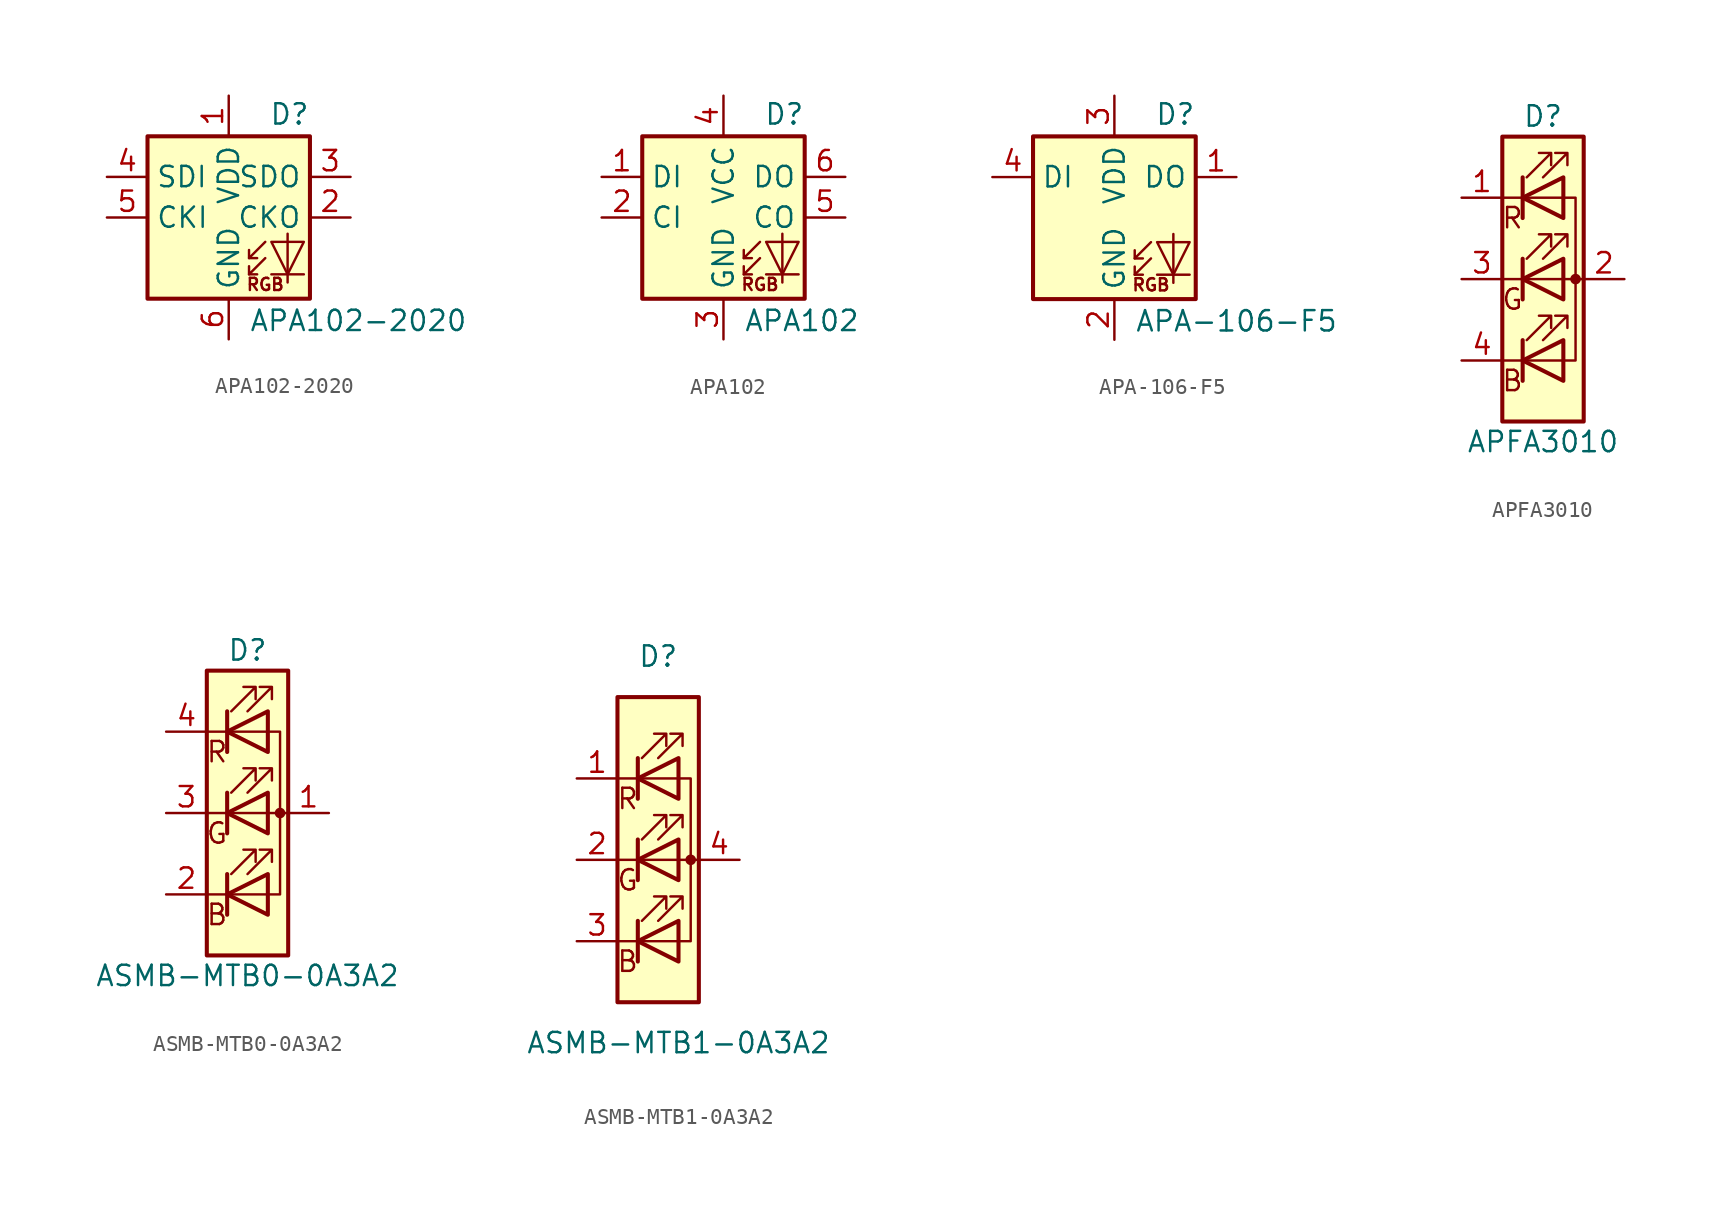
<source format=kicad_sym>
(kicad_symbol_lib
  (version 20241209)
  (generator "kicad_symbol_editor")
  (generator_version "9.0")
  (symbol "APA102-2020"
    (property "Reference" "D"
      (at 5.08 5.715 0)
      (effects (font (size 1.27 1.27)) (justify right bottom)))
    (property "Value" "APA102-2020"
      (at 1.27 -5.715 0)
      (effects (font (size 1.27 1.27)) (justify left top)))
    (symbol "APA102-2020_0_0"
      (text "RGB" (at 2.286 -4.191 0) (effects (font (size 0.762 0.762)))))
    (symbol "APA102-2020_0_1"
      (polyline (pts (xy 1.27 -2.54) (xy 1.778 -2.54)) (stroke (width 0) (type default)) (fill (type none)))
      (polyline (pts (xy 1.27 -3.556) (xy 1.778 -3.556)) (stroke (width 0) (type default)) (fill (type none)))
      (polyline (pts (xy 2.286 -1.524) (xy 1.27 -2.54) (xy 1.27 -2.032)) (stroke (width 0) (type default)) (fill (type none)))
      (polyline (pts (xy 2.286 -2.54) (xy 1.27 -3.556) (xy 1.27 -3.048)) (stroke (width 0) (type default)) (fill (type none)))
      (polyline (pts (xy 3.683 -1.016) (xy 3.683 -3.556) (xy 3.683 -4.064)) (stroke (width 0) (type default)) (fill (type none)))
      (polyline (pts (xy 4.699 -1.524) (xy 2.667 -1.524) (xy 3.683 -3.556) (xy 4.699 -1.524)) (stroke (width 0) (type default)) (fill (type none)))
      (polyline (pts (xy 4.699 -3.556) (xy 2.667 -3.556)) (stroke (width 0) (type default)) (fill (type none)))
      (rectangle (start 5.08 5.08) (end -5.08 -5.08) (stroke (width 0.254) (type default)) (fill (type background))))
    (symbol "APA102-2020_1_1"
      (pin input line (at -7.62 2.54 0) (length 2.54) (name "SDI" (effects (font (size 1.27 1.27)))) (number "4" (effects (font (size 1.27 1.27)))))
      (pin input line (at -7.62 0 0) (length 2.54) (name "CKI" (effects (font (size 1.27 1.27)))) (number "5" (effects (font (size 1.27 1.27)))))
      (pin power_in line (at 0 7.62 270) (length 2.54) (name "VDD" (effects (font (size 1.27 1.27)))) (number "1" (effects (font (size 1.27 1.27)))))
      (pin power_in line (at 0 -7.62 90) (length 2.54) (name "GND" (effects (font (size 1.27 1.27)))) (number "6" (effects (font (size 1.27 1.27)))))
      (pin output line (at 7.62 2.54 180) (length 2.54) (name "SDO" (effects (font (size 1.27 1.27)))) (number "3" (effects (font (size 1.27 1.27)))))
      (pin output line (at 7.62 0 180) (length 2.54) (name "CKO" (effects (font (size 1.27 1.27)))) (number "2" (effects (font (size 1.27 1.27)))))))
  (symbol "APA102"
    (property "Reference" "D"
      (at 5.08 5.715 0)
      (effects (font (size 1.27 1.27)) (justify right bottom)))
    (property "Value" "APA102"
      (at 1.27 -5.715 0)
      (effects (font (size 1.27 1.27)) (justify left top)))
    (symbol "APA102_0_0"
      (text "RGB" (at 2.286 -4.191 0) (effects (font (size 0.762 0.762)))))
    (symbol "APA102_0_1"
      (polyline (pts (xy 1.27 -2.54) (xy 1.778 -2.54)) (stroke (width 0) (type default)) (fill (type none)))
      (polyline (pts (xy 1.27 -3.556) (xy 1.778 -3.556)) (stroke (width 0) (type default)) (fill (type none)))
      (polyline (pts (xy 2.286 -1.524) (xy 1.27 -2.54) (xy 1.27 -2.032)) (stroke (width 0) (type default)) (fill (type none)))
      (polyline (pts (xy 2.286 -2.54) (xy 1.27 -3.556) (xy 1.27 -3.048)) (stroke (width 0) (type default)) (fill (type none)))
      (polyline (pts (xy 3.683 -1.016) (xy 3.683 -3.556) (xy 3.683 -4.064)) (stroke (width 0) (type default)) (fill (type none)))
      (polyline (pts (xy 4.699 -1.524) (xy 2.667 -1.524) (xy 3.683 -3.556) (xy 4.699 -1.524)) (stroke (width 0) (type default)) (fill (type none)))
      (polyline (pts (xy 4.699 -3.556) (xy 2.667 -3.556)) (stroke (width 0) (type default)) (fill (type none)))
      (rectangle (start 5.08 5.08) (end -5.08 -5.08) (stroke (width 0.254) (type default)) (fill (type background))))
    (symbol "APA102_1_1"
      (pin input line (at -7.62 2.54 0) (length 2.54) (name "DI" (effects (font (size 1.27 1.27)))) (number "1" (effects (font (size 1.27 1.27)))))
      (pin input line (at -7.62 0 0) (length 2.54) (name "CI" (effects (font (size 1.27 1.27)))) (number "2" (effects (font (size 1.27 1.27)))))
      (pin power_in line (at 0 7.62 270) (length 2.54) (name "VCC" (effects (font (size 1.27 1.27)))) (number "4" (effects (font (size 1.27 1.27)))))
      (pin power_in line (at 0 -7.62 90) (length 2.54) (name "GND" (effects (font (size 1.27 1.27)))) (number "3" (effects (font (size 1.27 1.27)))))
      (pin output line (at 7.62 2.54 180) (length 2.54) (name "DO" (effects (font (size 1.27 1.27)))) (number "6" (effects (font (size 1.27 1.27)))))
      (pin output line (at 7.62 0 180) (length 2.54) (name "CO" (effects (font (size 1.27 1.27)))) (number "5" (effects (font (size 1.27 1.27)))))))
  (symbol "APA-106-F5"
    (property "Reference" "D"
      (at 5.08 5.715 0)
      (effects (font (size 1.27 1.27)) (justify right bottom)))
    (property "Value" "APA-106-F5"
      (at 1.27 -5.715 0)
      (effects (font (size 1.27 1.27)) (justify left top)))
    (symbol "APA-106-F5_0_0"
      (text "RGB" (at 2.286 -4.191 0) (effects (font (size 0.762 0.762)))))
    (symbol "APA-106-F5_0_1"
      (polyline (pts (xy 1.27 -2.54) (xy 1.778 -2.54)) (stroke (width 0) (type default)) (fill (type none)))
      (polyline (pts (xy 1.27 -3.556) (xy 1.778 -3.556)) (stroke (width 0) (type default)) (fill (type none)))
      (polyline (pts (xy 2.286 -1.524) (xy 1.27 -2.54) (xy 1.27 -2.032)) (stroke (width 0) (type default)) (fill (type none)))
      (polyline (pts (xy 2.286 -2.54) (xy 1.27 -3.556) (xy 1.27 -3.048)) (stroke (width 0) (type default)) (fill (type none)))
      (polyline (pts (xy 3.683 -1.016) (xy 3.683 -3.556) (xy 3.683 -4.064)) (stroke (width 0) (type default)) (fill (type none)))
      (polyline (pts (xy 4.699 -1.524) (xy 2.667 -1.524) (xy 3.683 -3.556) (xy 4.699 -1.524)) (stroke (width 0) (type default)) (fill (type none)))
      (polyline (pts (xy 4.699 -3.556) (xy 2.667 -3.556)) (stroke (width 0) (type default)) (fill (type none)))
      (rectangle (start 5.08 5.08) (end -5.08 -5.08) (stroke (width 0.254) (type default)) (fill (type background))))
    (symbol "APA-106-F5_1_1"
      (pin input line (at -7.62 2.54 0) (length 2.54) (name "DI" (effects (font (size 1.27 1.27)))) (number "4" (effects (font (size 1.27 1.27)))))
      (pin power_in line (at 0 7.62 270) (length 2.54) (name "VDD" (effects (font (size 1.27 1.27)))) (number "3" (effects (font (size 1.27 1.27)))))
      (pin power_in line (at 0 -7.62 90) (length 2.54) (name "GND" (effects (font (size 1.27 1.27)))) (number "2" (effects (font (size 1.27 1.27)))))
      (pin output line (at 7.62 2.54 180) (length 2.54) (name "DO" (effects (font (size 1.27 1.27)))) (number "1" (effects (font (size 1.27 1.27)))))))
  (symbol "APFA3010"
    (pin_names
      (offset 0)
      (hide yes))
    (property "Reference" "D"
      (at 0 10.16 0)
      (effects (font (size 1.27 1.27))))
    (property "Value" "APFA3010"
      (at 0 -10.16 0)
      (effects (font (size 1.27 1.27))))
    (symbol "APFA3010_0_0"
      (text "R" (at -1.905 3.81 0) (effects (font (size 1.27 1.27))))
      (text "G" (at -1.905 -1.27 0) (effects (font (size 1.27 1.27))))
      (text "B" (at -1.905 -6.35 0) (effects (font (size 1.27 1.27)))))
    (symbol "APFA3010_0_1"
      (polyline (pts (xy -2.54 -5.08) (xy 1.27 -5.08)) (stroke (width 0) (type default)) (fill (type none)))
      (rectangle (start -2.54 -8.89) (end 2.54 8.89) (stroke (width 0.254) (type default)) (fill (type background)))
      (polyline (pts (xy -1.27 6.35) (xy -1.27 3.81)) (stroke (width 0.254) (type default)) (fill (type none)))
      (polyline (pts (xy -1.27 1.27) (xy -1.27 -1.27)) (stroke (width 0.254) (type default)) (fill (type none)))
      (polyline (pts (xy -1.27 -3.81) (xy -1.27 -6.35)) (stroke (width 0.254) (type default)) (fill (type none)))
      (polyline (pts (xy -1.016 6.35) (xy 0.508 7.874) (xy -0.254 7.874) (xy 0.508 7.874) (xy 0.508 7.112)) (stroke (width 0) (type default)) (fill (type none)))
      (polyline (pts (xy -1.016 1.27) (xy 0.508 2.794) (xy -0.254 2.794) (xy 0.508 2.794) (xy 0.508 2.032)) (stroke (width 0) (type default)) (fill (type none)))
      (polyline (pts (xy -1.016 -3.81) (xy 0.508 -2.286) (xy -0.254 -2.286) (xy 0.508 -2.286) (xy 0.508 -3.048)) (stroke (width 0) (type default)) (fill (type none)))
      (polyline (pts (xy 0 6.35) (xy 1.524 7.874) (xy 0.762 7.874) (xy 1.524 7.874) (xy 1.524 7.112)) (stroke (width 0) (type default)) (fill (type none)))
      (polyline (pts (xy 0 1.27) (xy 1.524 2.794) (xy 0.762 2.794) (xy 1.524 2.794) (xy 1.524 2.032)) (stroke (width 0) (type default)) (fill (type none)))
      (polyline (pts (xy 0 -3.81) (xy 1.524 -2.286) (xy 0.762 -2.286) (xy 1.524 -2.286) (xy 1.524 -3.048)) (stroke (width 0) (type default)) (fill (type none)))
      (polyline (pts (xy 1.27 6.35) (xy 1.27 3.81) (xy -1.27 5.08) (xy 1.27 6.35)) (stroke (width 0.254) (type default)) (fill (type none)))
      (rectangle (start 1.27 6.35) (end 1.27 6.35) (stroke (width 0) (type default)) (fill (type none)))
      (polyline (pts (xy 1.27 5.08) (xy -2.54 5.08)) (stroke (width 0) (type default)) (fill (type none)))
      (polyline (pts (xy 1.27 1.27) (xy 1.27 -1.27) (xy -1.27 0) (xy 1.27 1.27)) (stroke (width 0.254) (type default)) (fill (type none)))
      (polyline (pts (xy 1.27 -3.81) (xy 1.27 -6.35) (xy -1.27 -5.08) (xy 1.27 -3.81)) (stroke (width 0.254) (type default)) (fill (type none)))
      (polyline (pts (xy 1.27 -5.08) (xy 2.032 -5.08) (xy 2.032 5.08) (xy 1.27 5.08)) (stroke (width 0) (type default)) (fill (type none)))
      (circle (center 2.032 0) (radius 0.254) (stroke (width 0) (type default)) (fill (type outline)))
      (polyline (pts (xy 2.54 0) (xy -2.54 0)) (stroke (width 0) (type default)) (fill (type none))))
    (symbol "APFA3010_1_1"
      (pin input line (at -5.08 5.08 0) (length 2.54) (name "R" (effects (font (size 1.27 1.27)))) (number "1" (effects (font (size 1.27 1.27)))))
      (pin input line (at -5.08 0 0) (length 2.54) (name "G" (effects (font (size 1.27 1.27)))) (number "3" (effects (font (size 1.27 1.27)))))
      (pin input line (at -5.08 -5.08 0) (length 2.54) (name "B" (effects (font (size 1.27 1.27)))) (number "4" (effects (font (size 1.27 1.27)))))
      (pin power_in line (at 5.08 0 180) (length 2.54) (name "A" (effects (font (size 1.27 1.27)))) (number "2" (effects (font (size 1.27 1.27)))))))
  (symbol "ASMB-MTB0-0A3A2"
    (pin_names
      (offset 0)
      (hide yes))
    (property "Reference" "D"
      (at 0 10.16 0)
      (effects (font (size 1.27 1.27))))
    (property "Value" "ASMB-MTB0-0A3A2"
      (at 0 -10.16 0)
      (effects (font (size 1.27 1.27))))
    (symbol "ASMB-MTB0-0A3A2_0_0"
      (text "R" (at -1.905 3.81 0) (effects (font (size 1.27 1.27))))
      (text "G" (at -1.905 -1.27 0) (effects (font (size 1.27 1.27))))
      (text "B" (at -1.905 -6.35 0) (effects (font (size 1.27 1.27)))))
    (symbol "ASMB-MTB0-0A3A2_0_1"
      (polyline (pts (xy -2.54 -5.08) (xy 1.27 -5.08)) (stroke (width 0) (type default)) (fill (type none)))
      (rectangle (start -2.54 -8.89) (end 2.54 8.89) (stroke (width 0.254) (type default)) (fill (type background)))
      (polyline (pts (xy -1.27 6.35) (xy -1.27 3.81)) (stroke (width 0.254) (type default)) (fill (type none)))
      (polyline (pts (xy -1.27 1.27) (xy -1.27 -1.27)) (stroke (width 0.254) (type default)) (fill (type none)))
      (polyline (pts (xy -1.27 -3.81) (xy -1.27 -6.35)) (stroke (width 0.254) (type default)) (fill (type none)))
      (polyline (pts (xy -1.016 6.35) (xy 0.508 7.874) (xy -0.254 7.874) (xy 0.508 7.874) (xy 0.508 7.112)) (stroke (width 0) (type default)) (fill (type none)))
      (polyline (pts (xy -1.016 1.27) (xy 0.508 2.794) (xy -0.254 2.794) (xy 0.508 2.794) (xy 0.508 2.032)) (stroke (width 0) (type default)) (fill (type none)))
      (polyline (pts (xy -1.016 -3.81) (xy 0.508 -2.286) (xy -0.254 -2.286) (xy 0.508 -2.286) (xy 0.508 -3.048)) (stroke (width 0) (type default)) (fill (type none)))
      (polyline (pts (xy 0 6.35) (xy 1.524 7.874) (xy 0.762 7.874) (xy 1.524 7.874) (xy 1.524 7.112)) (stroke (width 0) (type default)) (fill (type none)))
      (polyline (pts (xy 0 1.27) (xy 1.524 2.794) (xy 0.762 2.794) (xy 1.524 2.794) (xy 1.524 2.032)) (stroke (width 0) (type default)) (fill (type none)))
      (polyline (pts (xy 0 -3.81) (xy 1.524 -2.286) (xy 0.762 -2.286) (xy 1.524 -2.286) (xy 1.524 -3.048)) (stroke (width 0) (type default)) (fill (type none)))
      (polyline (pts (xy 1.27 6.35) (xy 1.27 3.81) (xy -1.27 5.08) (xy 1.27 6.35)) (stroke (width 0.254) (type default)) (fill (type none)))
      (rectangle (start 1.27 6.35) (end 1.27 6.35) (stroke (width 0) (type default)) (fill (type none)))
      (polyline (pts (xy 1.27 5.08) (xy -2.54 5.08)) (stroke (width 0) (type default)) (fill (type none)))
      (polyline (pts (xy 1.27 1.27) (xy 1.27 -1.27) (xy -1.27 0) (xy 1.27 1.27)) (stroke (width 0.254) (type default)) (fill (type none)))
      (polyline (pts (xy 1.27 -3.81) (xy 1.27 -6.35) (xy -1.27 -5.08) (xy 1.27 -3.81)) (stroke (width 0.254) (type default)) (fill (type none)))
      (polyline (pts (xy 1.27 -5.08) (xy 2.032 -5.08) (xy 2.032 5.08) (xy 1.27 5.08)) (stroke (width 0) (type default)) (fill (type none)))
      (circle (center 2.032 0) (radius 0.254) (stroke (width 0) (type default)) (fill (type outline)))
      (polyline (pts (xy 2.54 0) (xy -2.54 0)) (stroke (width 0) (type default)) (fill (type none))))
    (symbol "ASMB-MTB0-0A3A2_1_1"
      (pin passive line (at -5.08 5.08 0) (length 2.54) (name "RK" (effects (font (size 1.27 1.27)))) (number "4" (effects (font (size 1.27 1.27)))))
      (pin passive line (at -5.08 0 0) (length 2.54) (name "GK" (effects (font (size 1.27 1.27)))) (number "3" (effects (font (size 1.27 1.27)))))
      (pin passive line (at -5.08 -5.08 0) (length 2.54) (name "BK" (effects (font (size 1.27 1.27)))) (number "2" (effects (font (size 1.27 1.27)))))
      (pin passive line (at 5.08 0 180) (length 2.54) (name "A" (effects (font (size 1.27 1.27)))) (number "1" (effects (font (size 1.27 1.27)))))))
  (symbol "ASMB-MTB1-0A3A2"
    (pin_names
      (offset 0)
      (hide yes))
    (property "Reference" "D"
      (at 0 12.7 0)
      (effects (font (size 1.27 1.27))))
    (property "Value" "ASMB-MTB1-0A3A2"
      (at 1.27 -11.43 0)
      (effects (font (size 1.27 1.27))))
    (symbol "ASMB-MTB1-0A3A2_0_0"
      (text "R" (at -1.905 3.81 0) (effects (font (size 1.27 1.27))))
      (text "G" (at -1.905 -1.27 0) (effects (font (size 1.27 1.27))))
      (text "B" (at -1.905 -6.35 0) (effects (font (size 1.27 1.27)))))
    (symbol "ASMB-MTB1-0A3A2_0_1"
      (polyline (pts (xy -2.54 -5.08) (xy 1.27 -5.08)) (stroke (width 0) (type default)) (fill (type none)))
      (polyline (pts (xy -1.27 6.35) (xy -1.27 3.81)) (stroke (width 0.254) (type default)) (fill (type none)))
      (polyline (pts (xy -1.27 1.27) (xy -1.27 -1.27)) (stroke (width 0.254) (type default)) (fill (type none)))
      (polyline (pts (xy -1.27 -3.81) (xy -1.27 -6.35)) (stroke (width 0.254) (type default)) (fill (type none)))
      (polyline (pts (xy -1.016 6.35) (xy 0.508 7.874) (xy -0.254 7.874) (xy 0.508 7.874) (xy 0.508 7.112)) (stroke (width 0) (type default)) (fill (type none)))
      (polyline (pts (xy -1.016 1.27) (xy 0.508 2.794) (xy -0.254 2.794) (xy 0.508 2.794) (xy 0.508 2.032)) (stroke (width 0) (type default)) (fill (type none)))
      (polyline (pts (xy -1.016 -3.81) (xy 0.508 -2.286) (xy -0.254 -2.286) (xy 0.508 -2.286) (xy 0.508 -3.048)) (stroke (width 0) (type default)) (fill (type none)))
      (polyline (pts (xy 0 6.35) (xy 1.524 7.874) (xy 0.762 7.874) (xy 1.524 7.874) (xy 1.524 7.112)) (stroke (width 0) (type default)) (fill (type none)))
      (polyline (pts (xy 0 1.27) (xy 1.524 2.794) (xy 0.762 2.794) (xy 1.524 2.794) (xy 1.524 2.032)) (stroke (width 0) (type default)) (fill (type none)))
      (polyline (pts (xy 0 -3.81) (xy 1.524 -2.286) (xy 0.762 -2.286) (xy 1.524 -2.286) (xy 1.524 -3.048)) (stroke (width 0) (type default)) (fill (type none)))
      (polyline (pts (xy 1.27 6.35) (xy 1.27 3.81) (xy -1.27 5.08) (xy 1.27 6.35)) (stroke (width 0.254) (type default)) (fill (type none)))
      (rectangle (start 1.27 6.35) (end 1.27 6.35) (stroke (width 0) (type default)) (fill (type none)))
      (polyline (pts (xy 1.27 5.08) (xy -2.54 5.08)) (stroke (width 0) (type default)) (fill (type none)))
      (polyline (pts (xy 1.27 1.27) (xy 1.27 -1.27) (xy -1.27 0) (xy 1.27 1.27)) (stroke (width 0.254) (type default)) (fill (type none)))
      (polyline (pts (xy 1.27 -3.81) (xy 1.27 -6.35) (xy -1.27 -5.08) (xy 1.27 -3.81)) (stroke (width 0.254) (type default)) (fill (type none)))
      (polyline (pts (xy 1.27 -5.08) (xy 2.032 -5.08) (xy 2.032 5.08) (xy 1.27 5.08)) (stroke (width 0) (type default)) (fill (type none)))
      (circle (center 2.032 0) (radius 0.254) (stroke (width 0) (type default)) (fill (type outline)))
      (polyline (pts (xy 2.54 0) (xy -2.54 0)) (stroke (width 0) (type default)) (fill (type none)))
      (rectangle (start 2.54 -8.89) (end -2.54 10.16) (stroke (width 0.254) (type default)) (fill (type background))))
    (symbol "ASMB-MTB1-0A3A2_1_1"
      (pin passive line (at -5.08 5.08 0) (length 2.54) (name "RK" (effects (font (size 1.27 1.27)))) (number "1" (effects (font (size 1.27 1.27)))))
      (pin passive line (at -5.08 0 0) (length 2.54) (name "GK" (effects (font (size 1.27 1.27)))) (number "2" (effects (font (size 1.27 1.27)))))
      (pin passive line (at -5.08 -5.08 0) (length 2.54) (name "BK" (effects (font (size 1.27 1.27)))) (number "3" (effects (font (size 1.27 1.27)))))
      (pin passive line (at 5.08 0 180) (length 2.54) (name "A" (effects (font (size 1.27 1.27)))) (number "4" (effects (font (size 1.27 1.27))))))))
</source>
